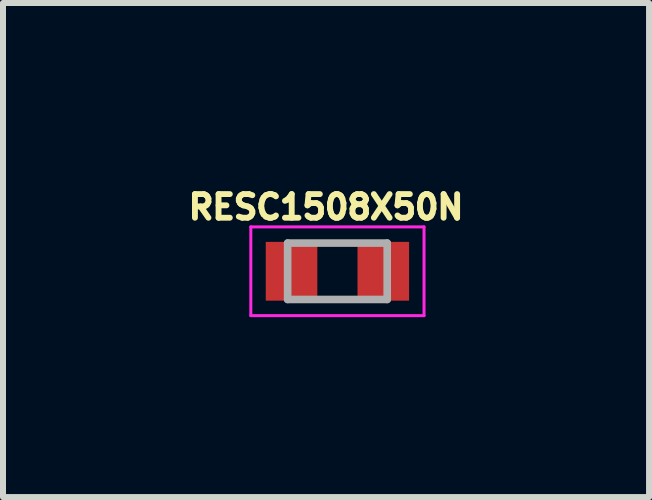
<source format=kicad_pcb>
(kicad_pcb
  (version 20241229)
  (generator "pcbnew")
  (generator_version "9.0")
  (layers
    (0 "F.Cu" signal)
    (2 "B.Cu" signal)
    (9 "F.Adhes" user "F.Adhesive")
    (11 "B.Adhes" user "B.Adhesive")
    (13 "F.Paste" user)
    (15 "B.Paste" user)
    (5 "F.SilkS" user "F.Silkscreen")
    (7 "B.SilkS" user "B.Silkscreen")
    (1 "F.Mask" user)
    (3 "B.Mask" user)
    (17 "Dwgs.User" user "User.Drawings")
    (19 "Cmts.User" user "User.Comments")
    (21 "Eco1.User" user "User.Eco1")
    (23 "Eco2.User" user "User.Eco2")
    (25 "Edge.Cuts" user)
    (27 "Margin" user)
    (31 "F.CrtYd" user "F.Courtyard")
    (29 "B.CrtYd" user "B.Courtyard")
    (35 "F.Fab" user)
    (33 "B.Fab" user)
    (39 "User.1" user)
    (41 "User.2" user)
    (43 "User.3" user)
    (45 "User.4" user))
  (footprint "RESC1508X50N"
    (layer "F.Cu")
    (at 2.576 1.473)
    (property "Reference" "RESC1508X50N" (at -0.19 -1.07 0) (layer "F.SilkS") (effects (font (size 0.394 0.394) (thickness 0.098))))
    (attr smd)
    (fp_line (start -1.444 -0.74) (end 1.444 -0.74) (stroke (width 0.05) (type solid)) (layer "F.CrtYd"))
    (fp_line (start -1.444 0.74) (end -1.444 -0.74) (stroke (width 0.05) (type solid)) (layer "F.CrtYd"))
    (fp_line (start -1.444 0.74) (end 1.444 0.74) (stroke (width 0.05) (type solid)) (layer "F.CrtYd"))
    (fp_line (start 1.444 0.74) (end 1.444 -0.74) (stroke (width 0.05) (type solid)) (layer "F.CrtYd"))
    (fp_line (start -0.83 0.47) (end -0.83 -0.47) (stroke (width 0.127) (type solid)) (layer "F.Fab"))
    (fp_line (start 0.83 -0.47) (end -0.83 -0.47) (stroke (width 0.127) (type solid)) (layer "F.Fab"))
    (fp_line (start 0.83 0.47) (end -0.83 0.47) (stroke (width 0.127) (type solid)) (layer "F.Fab"))
    (fp_line (start 0.83 0.47) (end 0.83 -0.47) (stroke (width 0.127) (type solid)) (layer "F.Fab"))
    (pad "1" smd rect (at -0.765 0) (size 0.86 0.98) (layers "F.Cu" "F.Mask" "F.Paste"))
    (pad "2" smd rect (at 0.765 0) (size 0.86 0.98) (layers "F.Cu" "F.Mask" "F.Paste")))
  (gr_rect
    (start -3 -3)
    (end 7.772 5.238)
    (stroke (width 0.1) (type default))
    (fill no)
    (layer "Edge.Cuts")))
</source>
